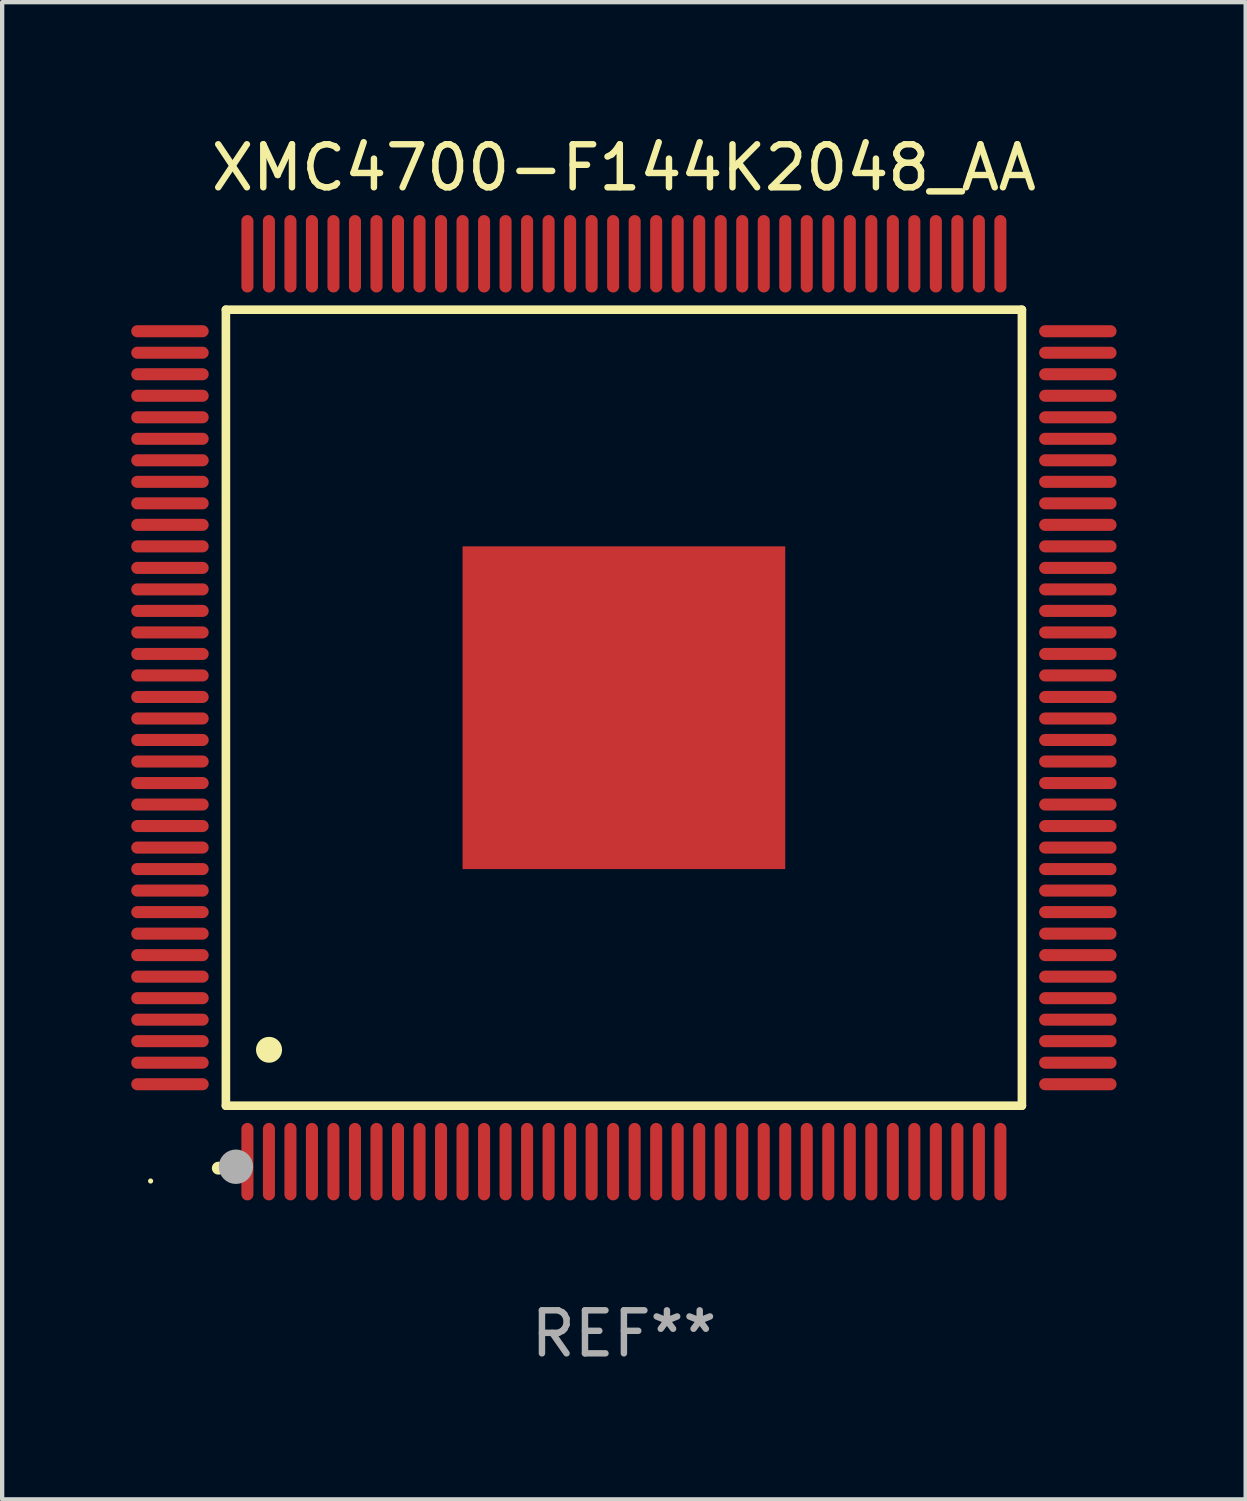
<source format=kicad_pcb>
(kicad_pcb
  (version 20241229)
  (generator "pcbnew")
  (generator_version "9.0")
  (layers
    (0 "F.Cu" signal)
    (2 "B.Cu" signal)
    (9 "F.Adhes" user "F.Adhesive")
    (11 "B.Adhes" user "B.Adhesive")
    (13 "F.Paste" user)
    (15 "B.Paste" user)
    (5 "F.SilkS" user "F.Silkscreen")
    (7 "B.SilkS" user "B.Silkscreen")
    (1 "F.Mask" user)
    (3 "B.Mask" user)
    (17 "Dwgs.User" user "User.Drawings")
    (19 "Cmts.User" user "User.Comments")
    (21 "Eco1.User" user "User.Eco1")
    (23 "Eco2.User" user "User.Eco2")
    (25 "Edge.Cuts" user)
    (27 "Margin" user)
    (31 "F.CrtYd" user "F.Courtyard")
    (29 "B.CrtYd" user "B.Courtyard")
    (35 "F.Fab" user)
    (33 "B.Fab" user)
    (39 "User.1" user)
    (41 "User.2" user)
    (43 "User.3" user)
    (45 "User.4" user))
  (footprint "XMC4700-F144K2048_AA"
    (layer "F.Cu")
    (at 11.45 13.398)
    (property "Reference" "XMC4700-F144K2048_AA" (at 0 -12.55 0) (layer "F.SilkS") (effects (font (size 1 1) (thickness 0.15))))
    (attr through_hole)
    (fp_line (start -9.25 -9.25) (end 9.25 -9.25) (stroke (width 0.2) (type solid)) (layer "F.SilkS"))
    (fp_line (start -9.25 9.25) (end -9.25 -9.25) (stroke (width 0.2) (type solid)) (layer "F.SilkS"))
    (fp_line (start 9.25 -9.25) (end 9.25 9.25) (stroke (width 0.2) (type solid)) (layer "F.SilkS"))
    (fp_line (start 9.25 9.25) (end -9.25 9.25) (stroke (width 0.2) (type solid)) (layer "F.SilkS"))
    (fp_arc (start -9.425959 10.701041) (mid -9.424689 10.701036) (end -9.423419 10.701041) (stroke (width 0.3) (type solid)) (layer "F.SilkS"))
    (fp_arc (start -8.249936 7.950216) (mid -8.247396 7.950205) (end -8.244856 7.950216) (stroke (width 0.6) (type solid)) (layer "F.SilkS"))
    (fp_circle (center -11 11) (end -10.97 11) (stroke (width 0.06) (type solid)) (fill no) (layer "F.SilkS"))
    (fp_circle (center -9.017 10.668) (end -8.817 10.668) (stroke (width 0.4) (type solid)) (fill no) (layer "F.Fab"))
    (fp_text user "REF**" (at 0 14.55 0) (layer "F.Fab") (effects (font (size 1 1) (thickness 0.15))))
    (pad "1" smd oval (at -8.75 10.55 180) (size 0.28 1.8) (layers "F.Cu" "F.Mask" "F.Paste"))
    (pad "2" smd oval (at -8.25 10.55 180) (size 0.28 1.8) (layers "F.Cu" "F.Mask" "F.Paste"))
    (pad "3" smd oval (at -7.75 10.55 180) (size 0.28 1.8) (layers "F.Cu" "F.Mask" "F.Paste"))
    (pad "4" smd oval (at -7.25 10.55 180) (size 0.28 1.8) (layers "F.Cu" "F.Mask" "F.Paste"))
    (pad "5" smd oval (at -6.75 10.55 180) (size 0.28 1.8) (layers "F.Cu" "F.Mask" "F.Paste"))
    (pad "6" smd oval (at -6.25 10.55 180) (size 0.28 1.8) (layers "F.Cu" "F.Mask" "F.Paste"))
    (pad "7" smd oval (at -5.75 10.55 180) (size 0.28 1.8) (layers "F.Cu" "F.Mask" "F.Paste"))
    (pad "8" smd oval (at -5.25 10.55 180) (size 0.28 1.8) (layers "F.Cu" "F.Mask" "F.Paste"))
    (pad "9" smd oval (at -4.75 10.55 180) (size 0.28 1.8) (layers "F.Cu" "F.Mask" "F.Paste"))
    (pad "10" smd oval (at -4.25 10.55 180) (size 0.28 1.8) (layers "F.Cu" "F.Mask" "F.Paste"))
    (pad "11" smd oval (at -3.75 10.55 180) (size 0.28 1.8) (layers "F.Cu" "F.Mask" "F.Paste"))
    (pad "12" smd oval (at -3.25 10.55 180) (size 0.28 1.8) (layers "F.Cu" "F.Mask" "F.Paste"))
    (pad "13" smd oval (at -2.75 10.55 180) (size 0.28 1.8) (layers "F.Cu" "F.Mask" "F.Paste"))
    (pad "14" smd oval (at -2.25 10.55 180) (size 0.28 1.8) (layers "F.Cu" "F.Mask" "F.Paste"))
    (pad "15" smd oval (at -1.75 10.55 180) (size 0.28 1.8) (layers "F.Cu" "F.Mask" "F.Paste"))
    (pad "16" smd oval (at -1.25 10.55 180) (size 0.28 1.8) (layers "F.Cu" "F.Mask" "F.Paste"))
    (pad "17" smd oval (at -0.75 10.55 180) (size 0.28 1.8) (layers "F.Cu" "F.Mask" "F.Paste"))
    (pad "18" smd oval (at -0.25 10.55 180) (size 0.28 1.8) (layers "F.Cu" "F.Mask" "F.Paste"))
    (pad "19" smd oval (at 0.25 10.55 180) (size 0.28 1.8) (layers "F.Cu" "F.Mask" "F.Paste"))
    (pad "20" smd oval (at 0.75 10.55 180) (size 0.28 1.8) (layers "F.Cu" "F.Mask" "F.Paste"))
    (pad "21" smd oval (at 1.25 10.55 180) (size 0.28 1.8) (layers "F.Cu" "F.Mask" "F.Paste"))
    (pad "22" smd oval (at 1.75 10.55 180) (size 0.28 1.8) (layers "F.Cu" "F.Mask" "F.Paste"))
    (pad "23" smd oval (at 2.25 10.55 180) (size 0.28 1.8) (layers "F.Cu" "F.Mask" "F.Paste"))
    (pad "24" smd oval (at 2.75 10.55 180) (size 0.28 1.8) (layers "F.Cu" "F.Mask" "F.Paste"))
    (pad "25" smd oval (at 3.25 10.55 180) (size 0.28 1.8) (layers "F.Cu" "F.Mask" "F.Paste"))
    (pad "26" smd oval (at 3.75 10.55 180) (size 0.28 1.8) (layers "F.Cu" "F.Mask" "F.Paste"))
    (pad "27" smd oval (at 4.25 10.55 180) (size 0.28 1.8) (layers "F.Cu" "F.Mask" "F.Paste"))
    (pad "28" smd oval (at 4.75 10.55 180) (size 0.28 1.8) (layers "F.Cu" "F.Mask" "F.Paste"))
    (pad "29" smd oval (at 5.25 10.55 180) (size 0.28 1.8) (layers "F.Cu" "F.Mask" "F.Paste"))
    (pad "30" smd oval (at 5.75 10.55 180) (size 0.28 1.8) (layers "F.Cu" "F.Mask" "F.Paste"))
    (pad "31" smd oval (at 6.25 10.55 180) (size 0.28 1.8) (layers "F.Cu" "F.Mask" "F.Paste"))
    (pad "32" smd oval (at 6.75 10.55 180) (size 0.28 1.8) (layers "F.Cu" "F.Mask" "F.Paste"))
    (pad "33" smd oval (at 7.25 10.55 180) (size 0.28 1.8) (layers "F.Cu" "F.Mask" "F.Paste"))
    (pad "34" smd oval (at 7.75 10.55 180) (size 0.28 1.8) (layers "F.Cu" "F.Mask" "F.Paste"))
    (pad "35" smd oval (at 8.25 10.55 180) (size 0.28 1.8) (layers "F.Cu" "F.Mask" "F.Paste"))
    (pad "36" smd oval (at 8.75 10.55 180) (size 0.28 1.8) (layers "F.Cu" "F.Mask" "F.Paste"))
    (pad "37" smd oval (at 10.55 8.75 90) (size 0.28 1.8) (layers "F.Cu" "F.Mask" "F.Paste"))
    (pad "38" smd oval (at 10.55 8.25 90) (size 0.28 1.8) (layers "F.Cu" "F.Mask" "F.Paste"))
    (pad "39" smd oval (at 10.55 7.75 90) (size 0.28 1.8) (layers "F.Cu" "F.Mask" "F.Paste"))
    (pad "40" smd oval (at 10.55 7.25 90) (size 0.28 1.8) (layers "F.Cu" "F.Mask" "F.Paste"))
    (pad "41" smd oval (at 10.55 6.75 90) (size 0.28 1.8) (layers "F.Cu" "F.Mask" "F.Paste"))
    (pad "42" smd oval (at 10.55 6.25 90) (size 0.28 1.8) (layers "F.Cu" "F.Mask" "F.Paste"))
    (pad "43" smd oval (at 10.55 5.75 90) (size 0.28 1.8) (layers "F.Cu" "F.Mask" "F.Paste"))
    (pad "44" smd oval (at 10.55 5.25 90) (size 0.28 1.8) (layers "F.Cu" "F.Mask" "F.Paste"))
    (pad "45" smd oval (at 10.55 4.75 90) (size 0.28 1.8) (layers "F.Cu" "F.Mask" "F.Paste"))
    (pad "46" smd oval (at 10.55 4.25 90) (size 0.28 1.8) (layers "F.Cu" "F.Mask" "F.Paste"))
    (pad "47" smd oval (at 10.55 3.75 90) (size 0.28 1.8) (layers "F.Cu" "F.Mask" "F.Paste"))
    (pad "48" smd oval (at 10.55 3.25 90) (size 0.28 1.8) (layers "F.Cu" "F.Mask" "F.Paste"))
    (pad "49" smd oval (at 10.55 2.75 90) (size 0.28 1.8) (layers "F.Cu" "F.Mask" "F.Paste"))
    (pad "50" smd oval (at 10.55 2.25 90) (size 0.28 1.8) (layers "F.Cu" "F.Mask" "F.Paste"))
    (pad "51" smd oval (at 10.55 1.75 90) (size 0.28 1.8) (layers "F.Cu" "F.Mask" "F.Paste"))
    (pad "52" smd oval (at 10.55 1.25 90) (size 0.28 1.8) (layers "F.Cu" "F.Mask" "F.Paste"))
    (pad "53" smd oval (at 10.55 0.75 90) (size 0.28 1.8) (layers "F.Cu" "F.Mask" "F.Paste"))
    (pad "54" smd oval (at 10.55 0.25 90) (size 0.28 1.8) (layers "F.Cu" "F.Mask" "F.Paste"))
    (pad "55" smd oval (at 10.55 -0.25 90) (size 0.28 1.8) (layers "F.Cu" "F.Mask" "F.Paste"))
    (pad "56" smd oval (at 10.55 -0.75 90) (size 0.28 1.8) (layers "F.Cu" "F.Mask" "F.Paste"))
    (pad "57" smd oval (at 10.55 -1.25 90) (size 0.28 1.8) (layers "F.Cu" "F.Mask" "F.Paste"))
    (pad "58" smd oval (at 10.55 -1.75 90) (size 0.28 1.8) (layers "F.Cu" "F.Mask" "F.Paste"))
    (pad "59" smd oval (at 10.55 -2.25 90) (size 0.28 1.8) (layers "F.Cu" "F.Mask" "F.Paste"))
    (pad "60" smd oval (at 10.55 -2.75 90) (size 0.28 1.8) (layers "F.Cu" "F.Mask" "F.Paste"))
    (pad "61" smd oval (at 10.55 -3.25 90) (size 0.28 1.8) (layers "F.Cu" "F.Mask" "F.Paste"))
    (pad "62" smd oval (at 10.55 -3.75 90) (size 0.28 1.8) (layers "F.Cu" "F.Mask" "F.Paste"))
    (pad "63" smd oval (at 10.55 -4.25 90) (size 0.28 1.8) (layers "F.Cu" "F.Mask" "F.Paste"))
    (pad "64" smd oval (at 10.55 -4.75 90) (size 0.28 1.8) (layers "F.Cu" "F.Mask" "F.Paste"))
    (pad "65" smd oval (at 10.55 -5.25 90) (size 0.28 1.8) (layers "F.Cu" "F.Mask" "F.Paste"))
    (pad "66" smd oval (at 10.55 -5.75 90) (size 0.28 1.8) (layers "F.Cu" "F.Mask" "F.Paste"))
    (pad "67" smd oval (at 10.55 -6.25 90) (size 0.28 1.8) (layers "F.Cu" "F.Mask" "F.Paste"))
    (pad "68" smd oval (at 10.55 -6.75 90) (size 0.28 1.8) (layers "F.Cu" "F.Mask" "F.Paste"))
    (pad "69" smd oval (at 10.55 -7.25 90) (size 0.28 1.8) (layers "F.Cu" "F.Mask" "F.Paste"))
    (pad "70" smd oval (at 10.55 -7.75 90) (size 0.28 1.8) (layers "F.Cu" "F.Mask" "F.Paste"))
    (pad "71" smd oval (at 10.55 -8.25 90) (size 0.28 1.8) (layers "F.Cu" "F.Mask" "F.Paste"))
    (pad "72" smd oval (at 10.55 -8.75 90) (size 0.28 1.8) (layers "F.Cu" "F.Mask" "F.Paste"))
    (pad "73" smd oval (at 8.75 -10.55 180) (size 0.28 1.8) (layers "F.Cu" "F.Mask" "F.Paste"))
    (pad "74" smd oval (at 8.25 -10.55 180) (size 0.28 1.8) (layers "F.Cu" "F.Mask" "F.Paste"))
    (pad "75" smd oval (at 7.75 -10.55 180) (size 0.28 1.8) (layers "F.Cu" "F.Mask" "F.Paste"))
    (pad "76" smd oval (at 7.25 -10.55 180) (size 0.28 1.8) (layers "F.Cu" "F.Mask" "F.Paste"))
    (pad "77" smd oval (at 6.75 -10.55 180) (size 0.28 1.8) (layers "F.Cu" "F.Mask" "F.Paste"))
    (pad "78" smd oval (at 6.25 -10.55 180) (size 0.28 1.8) (layers "F.Cu" "F.Mask" "F.Paste"))
    (pad "79" smd oval (at 5.75 -10.55 180) (size 0.28 1.8) (layers "F.Cu" "F.Mask" "F.Paste"))
    (pad "80" smd oval (at 5.25 -10.55 180) (size 0.28 1.8) (layers "F.Cu" "F.Mask" "F.Paste"))
    (pad "81" smd oval (at 4.75 -10.55 180) (size 0.28 1.8) (layers "F.Cu" "F.Mask" "F.Paste"))
    (pad "82" smd oval (at 4.25 -10.55 180) (size 0.28 1.8) (layers "F.Cu" "F.Mask" "F.Paste"))
    (pad "83" smd oval (at 3.75 -10.55 180) (size 0.28 1.8) (layers "F.Cu" "F.Mask" "F.Paste"))
    (pad "84" smd oval (at 3.25 -10.55 180) (size 0.28 1.8) (layers "F.Cu" "F.Mask" "F.Paste"))
    (pad "85" smd oval (at 2.75 -10.55 180) (size 0.28 1.8) (layers "F.Cu" "F.Mask" "F.Paste"))
    (pad "86" smd oval (at 2.25 -10.55 180) (size 0.28 1.8) (layers "F.Cu" "F.Mask" "F.Paste"))
    (pad "87" smd oval (at 1.75 -10.55 180) (size 0.28 1.8) (layers "F.Cu" "F.Mask" "F.Paste"))
    (pad "88" smd oval (at 1.25 -10.55 180) (size 0.28 1.8) (layers "F.Cu" "F.Mask" "F.Paste"))
    (pad "89" smd oval (at 0.75 -10.55 180) (size 0.28 1.8) (layers "F.Cu" "F.Mask" "F.Paste"))
    (pad "90" smd oval (at 0.25 -10.55 180) (size 0.28 1.8) (layers "F.Cu" "F.Mask" "F.Paste"))
    (pad "91" smd oval (at -0.25 -10.55 180) (size 0.28 1.8) (layers "F.Cu" "F.Mask" "F.Paste"))
    (pad "92" smd oval (at -0.75 -10.55 180) (size 0.28 1.8) (layers "F.Cu" "F.Mask" "F.Paste"))
    (pad "93" smd oval (at -1.25 -10.55 180) (size 0.28 1.8) (layers "F.Cu" "F.Mask" "F.Paste"))
    (pad "94" smd oval (at -1.75 -10.55 180) (size 0.28 1.8) (layers "F.Cu" "F.Mask" "F.Paste"))
    (pad "95" smd oval (at -2.25 -10.55 180) (size 0.28 1.8) (layers "F.Cu" "F.Mask" "F.Paste"))
    (pad "96" smd oval (at -2.75 -10.55 180) (size 0.28 1.8) (layers "F.Cu" "F.Mask" "F.Paste"))
    (pad "97" smd oval (at -3.25 -10.55 180) (size 0.28 1.8) (layers "F.Cu" "F.Mask" "F.Paste"))
    (pad "98" smd oval (at -3.75 -10.55 180) (size 0.28 1.8) (layers "F.Cu" "F.Mask" "F.Paste"))
    (pad "99" smd oval (at -4.25 -10.55 180) (size 0.28 1.8) (layers "F.Cu" "F.Mask" "F.Paste"))
    (pad "100" smd oval (at -4.75 -10.55 180) (size 0.28 1.8) (layers "F.Cu" "F.Mask" "F.Paste"))
    (pad "101" smd oval (at -5.25 -10.55 180) (size 0.28 1.8) (layers "F.Cu" "F.Mask" "F.Paste"))
    (pad "102" smd oval (at -5.75 -10.55 180) (size 0.28 1.8) (layers "F.Cu" "F.Mask" "F.Paste"))
    (pad "103" smd oval (at -6.25 -10.55 180) (size 0.28 1.8) (layers "F.Cu" "F.Mask" "F.Paste"))
    (pad "104" smd oval (at -6.75 -10.55 180) (size 0.28 1.8) (layers "F.Cu" "F.Mask" "F.Paste"))
    (pad "105" smd oval (at -7.25 -10.55 180) (size 0.28 1.8) (layers "F.Cu" "F.Mask" "F.Paste"))
    (pad "106" smd oval (at -7.75 -10.55 180) (size 0.28 1.8) (layers "F.Cu" "F.Mask" "F.Paste"))
    (pad "107" smd oval (at -8.25 -10.55 180) (size 0.28 1.8) (layers "F.Cu" "F.Mask" "F.Paste"))
    (pad "108" smd oval (at -8.75 -10.55 180) (size 0.28 1.8) (layers "F.Cu" "F.Mask" "F.Paste"))
    (pad "109" smd oval (at -10.55 -8.75 90) (size 0.28 1.8) (layers "F.Cu" "F.Mask" "F.Paste"))
    (pad "110" smd oval (at -10.55 -8.25 90) (size 0.28 1.8) (layers "F.Cu" "F.Mask" "F.Paste"))
    (pad "111" smd oval (at -10.55 -7.75 90) (size 0.28 1.8) (layers "F.Cu" "F.Mask" "F.Paste"))
    (pad "112" smd oval (at -10.55 -7.25 90) (size 0.28 1.8) (layers "F.Cu" "F.Mask" "F.Paste"))
    (pad "113" smd oval (at -10.55 -6.75 90) (size 0.28 1.8) (layers "F.Cu" "F.Mask" "F.Paste"))
    (pad "114" smd oval (at -10.55 -6.25 90) (size 0.28 1.8) (layers "F.Cu" "F.Mask" "F.Paste"))
    (pad "115" smd oval (at -10.55 -5.75 90) (size 0.28 1.8) (layers "F.Cu" "F.Mask" "F.Paste"))
    (pad "116" smd oval (at -10.55 -5.25 90) (size 0.28 1.8) (layers "F.Cu" "F.Mask" "F.Paste"))
    (pad "117" smd oval (at -10.55 -4.75 90) (size 0.28 1.8) (layers "F.Cu" "F.Mask" "F.Paste"))
    (pad "118" smd oval (at -10.55 -4.25 90) (size 0.28 1.8) (layers "F.Cu" "F.Mask" "F.Paste"))
    (pad "119" smd oval (at -10.55 -3.75 90) (size 0.28 1.8) (layers "F.Cu" "F.Mask" "F.Paste"))
    (pad "120" smd oval (at -10.55 -3.25 90) (size 0.28 1.8) (layers "F.Cu" "F.Mask" "F.Paste"))
    (pad "121" smd oval (at -10.55 -2.75 90) (size 0.28 1.8) (layers "F.Cu" "F.Mask" "F.Paste"))
    (pad "122" smd oval (at -10.55 -2.25 90) (size 0.28 1.8) (layers "F.Cu" "F.Mask" "F.Paste"))
    (pad "123" smd oval (at -10.55 -1.75 90) (size 0.28 1.8) (layers "F.Cu" "F.Mask" "F.Paste"))
    (pad "124" smd oval (at -10.55 -1.25 90) (size 0.28 1.8) (layers "F.Cu" "F.Mask" "F.Paste"))
    (pad "125" smd oval (at -10.55 -0.75 90) (size 0.28 1.8) (layers "F.Cu" "F.Mask" "F.Paste"))
    (pad "126" smd oval (at -10.55 -0.25 90) (size 0.28 1.8) (layers "F.Cu" "F.Mask" "F.Paste"))
    (pad "127" smd oval (at -10.55 0.25 90) (size 0.28 1.8) (layers "F.Cu" "F.Mask" "F.Paste"))
    (pad "128" smd oval (at -10.55 0.75 90) (size 0.28 1.8) (layers "F.Cu" "F.Mask" "F.Paste"))
    (pad "129" smd oval (at -10.55 1.25 90) (size 0.28 1.8) (layers "F.Cu" "F.Mask" "F.Paste"))
    (pad "130" smd oval (at -10.55 1.75 90) (size 0.28 1.8) (layers "F.Cu" "F.Mask" "F.Paste"))
    (pad "131" smd oval (at -10.55 2.25 90) (size 0.28 1.8) (layers "F.Cu" "F.Mask" "F.Paste"))
    (pad "132" smd oval (at -10.55 2.75 90) (size 0.28 1.8) (layers "F.Cu" "F.Mask" "F.Paste"))
    (pad "133" smd oval (at -10.55 3.25 90) (size 0.28 1.8) (layers "F.Cu" "F.Mask" "F.Paste"))
    (pad "134" smd oval (at -10.55 3.75 90) (size 0.28 1.8) (layers "F.Cu" "F.Mask" "F.Paste"))
    (pad "135" smd oval (at -10.55 4.25 90) (size 0.28 1.8) (layers "F.Cu" "F.Mask" "F.Paste"))
    (pad "136" smd oval (at -10.55 4.75 90) (size 0.28 1.8) (layers "F.Cu" "F.Mask" "F.Paste"))
    (pad "137" smd oval (at -10.55 5.25 90) (size 0.28 1.8) (layers "F.Cu" "F.Mask" "F.Paste"))
    (pad "138" smd oval (at -10.55 5.75 90) (size 0.28 1.8) (layers "F.Cu" "F.Mask" "F.Paste"))
    (pad "139" smd oval (at -10.55 6.25 90) (size 0.28 1.8) (layers "F.Cu" "F.Mask" "F.Paste"))
    (pad "140" smd oval (at -10.55 6.75 90) (size 0.28 1.8) (layers "F.Cu" "F.Mask" "F.Paste"))
    (pad "141" smd oval (at -10.55 7.25 90) (size 0.28 1.8) (layers "F.Cu" "F.Mask" "F.Paste"))
    (pad "142" smd oval (at -10.55 7.75 90) (size 0.28 1.8) (layers "F.Cu" "F.Mask" "F.Paste"))
    (pad "143" smd oval (at -10.55 8.25 90) (size 0.28 1.8) (layers "F.Cu" "F.Mask" "F.Paste"))
    (pad "144" smd oval (at -10.55 8.75 90) (size 0.28 1.8) (layers "F.Cu" "F.Mask" "F.Paste"))
    (pad "145" smd rect (at 0 0 90) (size 7.5 7.5) (layers "F.Cu" "F.Mask" "F.Paste")))
  (gr_rect
    (start -3 -3)
    (end 25.9 31.796)
    (stroke (width 0.1) (type default))
    (fill no)
    (layer "Edge.Cuts")))
</source>
